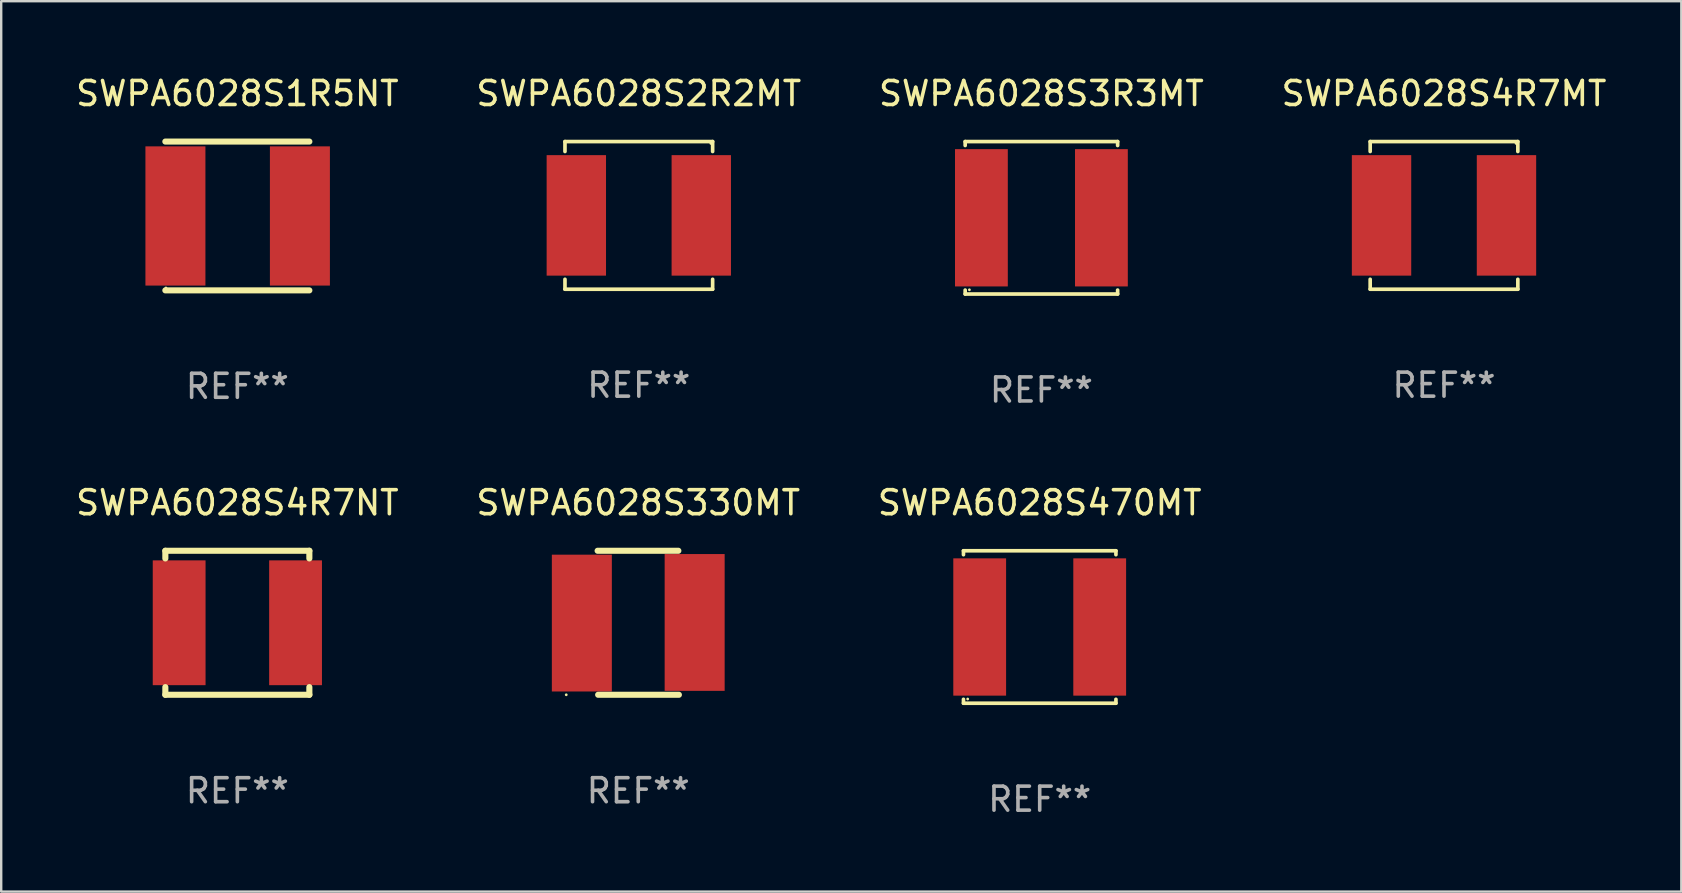
<source format=kicad_pcb>
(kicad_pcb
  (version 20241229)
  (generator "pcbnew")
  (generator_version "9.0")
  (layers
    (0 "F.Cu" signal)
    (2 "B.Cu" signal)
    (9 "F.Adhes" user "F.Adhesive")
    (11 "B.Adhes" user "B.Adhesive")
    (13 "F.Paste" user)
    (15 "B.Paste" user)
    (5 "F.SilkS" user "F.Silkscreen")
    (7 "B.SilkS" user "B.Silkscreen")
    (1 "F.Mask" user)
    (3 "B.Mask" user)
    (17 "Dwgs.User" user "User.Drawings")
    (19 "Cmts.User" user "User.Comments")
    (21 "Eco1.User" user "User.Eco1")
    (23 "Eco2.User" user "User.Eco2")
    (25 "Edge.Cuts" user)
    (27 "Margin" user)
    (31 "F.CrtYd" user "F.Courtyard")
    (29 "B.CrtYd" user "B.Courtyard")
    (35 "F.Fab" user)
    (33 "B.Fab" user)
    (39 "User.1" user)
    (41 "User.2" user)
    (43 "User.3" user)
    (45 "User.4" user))
  (footprint "SWPA6028S1R5NT"
    (layer "F.Cu")
    (at 6.839 5.948)
    (property "Reference" "SWPA6028S1R5NT" (at 0 -5.1 0) (layer "F.SilkS") (effects (font (size 1 1) (thickness 0.15))))
    (attr through_hole)
    (fp_line (start -3 -3.1) (end 3 -3.1) (stroke (width 0.254) (type solid)) (layer "F.SilkS"))
    (fp_line (start -3 3.1) (end 3 3.1) (stroke (width 0.254) (type solid)) (layer "F.SilkS"))
    (fp_circle (center -2.975 3) (end -2.945 3) (stroke (width 0.06) (type solid)) (fill no) (layer "F.SilkS"))
    (fp_text user "REF**" (at 0 7.1 0) (layer "F.Fab") (effects (font (size 1 1) (thickness 0.15))))
    (pad "1" smd rect (at -2.58 0) (size 2.5 5.8) (layers "F.Cu" "F.Mask" "F.Paste"))
    (pad "2" smd rect (at 2.606 0) (size 2.5 5.8) (layers "F.Cu" "F.Mask" "F.Paste")))
  (footprint "SWPA6028S2R2MT"
    (layer "F.Cu")
    (at 23.565 5.924)
    (property "Reference" "SWPA6028S2R2MT" (at 0 -5.076 0) (layer "F.SilkS") (effects (font (size 1 1) (thickness 0.15))))
    (attr through_hole)
    (fp_line (start -3.076 -3.076) (end 3.076 -3.076) (stroke (width 0.152) (type solid)) (layer "F.SilkS"))
    (fp_line (start -3.076 -2.662) (end -3.076 -3.076) (stroke (width 0.152) (type solid)) (layer "F.SilkS"))
    (fp_line (start -3.076 2.662) (end -3.076 3.076) (stroke (width 0.152) (type solid)) (layer "F.SilkS"))
    (fp_line (start -3.076 3.076) (end 3.076 3.076) (stroke (width 0.152) (type solid)) (layer "F.SilkS"))
    (fp_line (start 3.076 -3.076) (end 3.076 -2.662) (stroke (width 0.152) (type solid)) (layer "F.SilkS"))
    (fp_line (start 3.076 3.076) (end 3.076 2.662) (stroke (width 0.152) (type solid)) (layer "F.SilkS"))
    (fp_circle (center 3 -3) (end 3.03 -3) (stroke (width 0.06) (type solid)) (fill no) (layer "F.SilkS"))
    (fp_text user "REF**" (at 0 7.076 0) (layer "F.Fab") (effects (font (size 1 1) (thickness 0.15))))
    (pad "1" smd rect (at 2.603 0) (size 2.474 5.02) (layers "F.Cu" "F.Mask" "F.Paste"))
    (pad "2" smd rect (at -2.603 0) (size 2.474 5.02) (layers "F.Cu" "F.Mask" "F.Paste")))
  (footprint "SWPA6028S330MT"
    (layer "F.Cu")
    (at 23.542 22.897)
    (property "Reference" "SWPA6028S330MT" (at 0 -5 0) (layer "F.SilkS") (effects (font (size 1 1) (thickness 0.15))))
    (attr through_hole)
    (fp_line (start -1.693 -3) (end 1.671 -3) (stroke (width 0.254) (type solid)) (layer "F.SilkS"))
    (fp_line (start -1.671 3) (end 1.693 3) (stroke (width 0.254) (type solid)) (layer "F.SilkS"))
    (fp_circle (center -3 3) (end -2.97 3) (stroke (width 0.06) (type solid)) (fill no) (layer "F.SilkS"))
    (fp_text user "REF**" (at 0 7 0) (layer "F.Fab") (effects (font (size 1 1) (thickness 0.15))))
    (pad "1" smd rect (at -2.35 0.013) (size 2.5 5.7) (layers "F.Cu" "F.Mask" "F.Paste"))
    (pad "2" smd rect (at 2.35 -0.013) (size 2.5 5.7) (layers "F.Cu" "F.Mask" "F.Paste")))
  (footprint "SWPA6028S470MT"
    (layer "F.Cu")
    (at 40.268 23.073)
    (property "Reference" "SWPA6028S470MT" (at 0 -5.176 0) (layer "F.SilkS") (effects (font (size 1 1) (thickness 0.15))))
    (attr through_hole)
    (fp_line (start -3.176 -3.176) (end 3.176 -3.176) (stroke (width 0.152) (type solid)) (layer "F.SilkS"))
    (fp_line (start -3.176 -3.012) (end -3.176 -3.176) (stroke (width 0.152) (type solid)) (layer "F.SilkS"))
    (fp_line (start -3.176 3.012) (end -3.176 3.176) (stroke (width 0.152) (type solid)) (layer "F.SilkS"))
    (fp_line (start -3.176 3.176) (end 3.176 3.176) (stroke (width 0.152) (type solid)) (layer "F.SilkS"))
    (fp_line (start 3.176 -3.176) (end 3.176 -3.012) (stroke (width 0.152) (type solid)) (layer "F.SilkS"))
    (fp_line (start 3.176 3.176) (end 3.176 3.012) (stroke (width 0.152) (type solid)) (layer "F.SilkS"))
    (fp_circle (center -3 3) (end -2.97 3) (stroke (width 0.06) (type solid)) (fill no) (layer "F.SilkS"))
    (fp_text user "REF**" (at 0 7.176 0) (layer "F.Fab") (effects (font (size 1 1) (thickness 0.15))))
    (pad "1" smd rect (at -2.5 0) (size 2.2 5.72) (layers "F.Cu" "F.Mask" "F.Paste"))
    (pad "2" smd rect (at 2.5 0) (size 2.2 5.72) (layers "F.Cu" "F.Mask" "F.Paste")))
  (footprint "SWPA6028S4R7NT"
    (layer "F.Cu")
    (at 6.839 22.897)
    (property "Reference" "SWPA6028S4R7NT" (at 0 -5 0) (layer "F.SilkS") (effects (font (size 1 1) (thickness 0.15))))
    (attr through_hole)
    (fp_line (start -3 -3) (end -3 -2.681) (stroke (width 0.254) (type solid)) (layer "F.SilkS"))
    (fp_line (start -3 -3) (end 3 -3) (stroke (width 0.254) (type solid)) (layer "F.SilkS"))
    (fp_line (start -3 2.681) (end -3 3) (stroke (width 0.254) (type solid)) (layer "F.SilkS"))
    (fp_line (start -3 3) (end 3 3) (stroke (width 0.254) (type solid)) (layer "F.SilkS"))
    (fp_line (start 3 -2.681) (end 3 -3) (stroke (width 0.254) (type solid)) (layer "F.SilkS"))
    (fp_line (start 3 3) (end 3 2.681) (stroke (width 0.254) (type solid)) (layer "F.SilkS"))
    (fp_circle (center -3 3) (end -2.97 3) (stroke (width 0.06) (type solid)) (fill no) (layer "F.SilkS"))
    (fp_text user "REF**" (at 0 7 0) (layer "F.Fab") (effects (font (size 1 1) (thickness 0.15))))
    (pad "1" smd rect (at -2.425 0) (size 2.2 5.2) (layers "F.Cu" "F.Mask" "F.Paste"))
    (pad "2" smd rect (at 2.425 0) (size 2.2 5.2) (layers "F.Cu" "F.Mask" "F.Paste")))
  (footprint "SWPA6028S3R3MT"
    (layer "F.Cu")
    (at 40.339 6.024)
    (property "Reference" "SWPA6028S3R3MT" (at 0 -5.176 0) (layer "F.SilkS") (effects (font (size 1 1) (thickness 0.15))))
    (attr through_hole)
    (fp_line (start -3.176 -3.176) (end 3.176 -3.176) (stroke (width 0.152) (type solid)) (layer "F.SilkS"))
    (fp_line (start -3.176 -3.012) (end -3.176 -3.176) (stroke (width 0.152) (type solid)) (layer "F.SilkS"))
    (fp_line (start -3.176 3.012) (end -3.176 3.176) (stroke (width 0.152) (type solid)) (layer "F.SilkS"))
    (fp_line (start -3.176 3.176) (end 3.176 3.176) (stroke (width 0.152) (type solid)) (layer "F.SilkS"))
    (fp_line (start 3.176 -3.176) (end 3.176 -3.012) (stroke (width 0.152) (type solid)) (layer "F.SilkS"))
    (fp_line (start 3.176 3.176) (end 3.176 3.012) (stroke (width 0.152) (type solid)) (layer "F.SilkS"))
    (fp_circle (center -3 3) (end -2.97 3) (stroke (width 0.06) (type solid)) (fill no) (layer "F.SilkS"))
    (fp_text user "REF**" (at 0 7.176 0) (layer "F.Fab") (effects (font (size 1 1) (thickness 0.15))))
    (pad "1" smd rect (at -2.5 0) (size 2.2 5.72) (layers "F.Cu" "F.Mask" "F.Paste"))
    (pad "2" smd rect (at 2.5 0) (size 2.2 5.72) (layers "F.Cu" "F.Mask" "F.Paste")))
  (footprint "SWPA6028S4R7MT"
    (layer "F.Cu")
    (at 57.113 5.924)
    (property "Reference" "SWPA6028S4R7MT" (at 0 -5.076 0) (layer "F.SilkS") (effects (font (size 1 1) (thickness 0.15))))
    (attr through_hole)
    (fp_line (start -3.076 -3.076) (end 3.076 -3.076) (stroke (width 0.152) (type solid)) (layer "F.SilkS"))
    (fp_line (start -3.076 -2.662) (end -3.076 -3.076) (stroke (width 0.152) (type solid)) (layer "F.SilkS"))
    (fp_line (start -3.076 2.662) (end -3.076 3.076) (stroke (width 0.152) (type solid)) (layer "F.SilkS"))
    (fp_line (start -3.076 3.076) (end 3.076 3.076) (stroke (width 0.152) (type solid)) (layer "F.SilkS"))
    (fp_line (start 3.076 -3.076) (end 3.076 -2.662) (stroke (width 0.152) (type solid)) (layer "F.SilkS"))
    (fp_line (start 3.076 3.076) (end 3.076 2.662) (stroke (width 0.152) (type solid)) (layer "F.SilkS"))
    (fp_circle (center 3 -3) (end 3.03 -3) (stroke (width 0.06) (type solid)) (fill no) (layer "F.SilkS"))
    (fp_text user "REF**" (at 0 7.076 0) (layer "F.Fab") (effects (font (size 1 1) (thickness 0.15))))
    (pad "1" smd rect (at 2.603 0) (size 2.474 5.02) (layers "F.Cu" "F.Mask" "F.Paste"))
    (pad "2" smd rect (at -2.603 0) (size 2.474 5.02) (layers "F.Cu" "F.Mask" "F.Paste")))
  (gr_rect
    (start -3 -3)
    (end 67 34.098)
    (stroke (width 0.1) (type default))
    (fill no)
    (layer "Edge.Cuts")))
</source>
